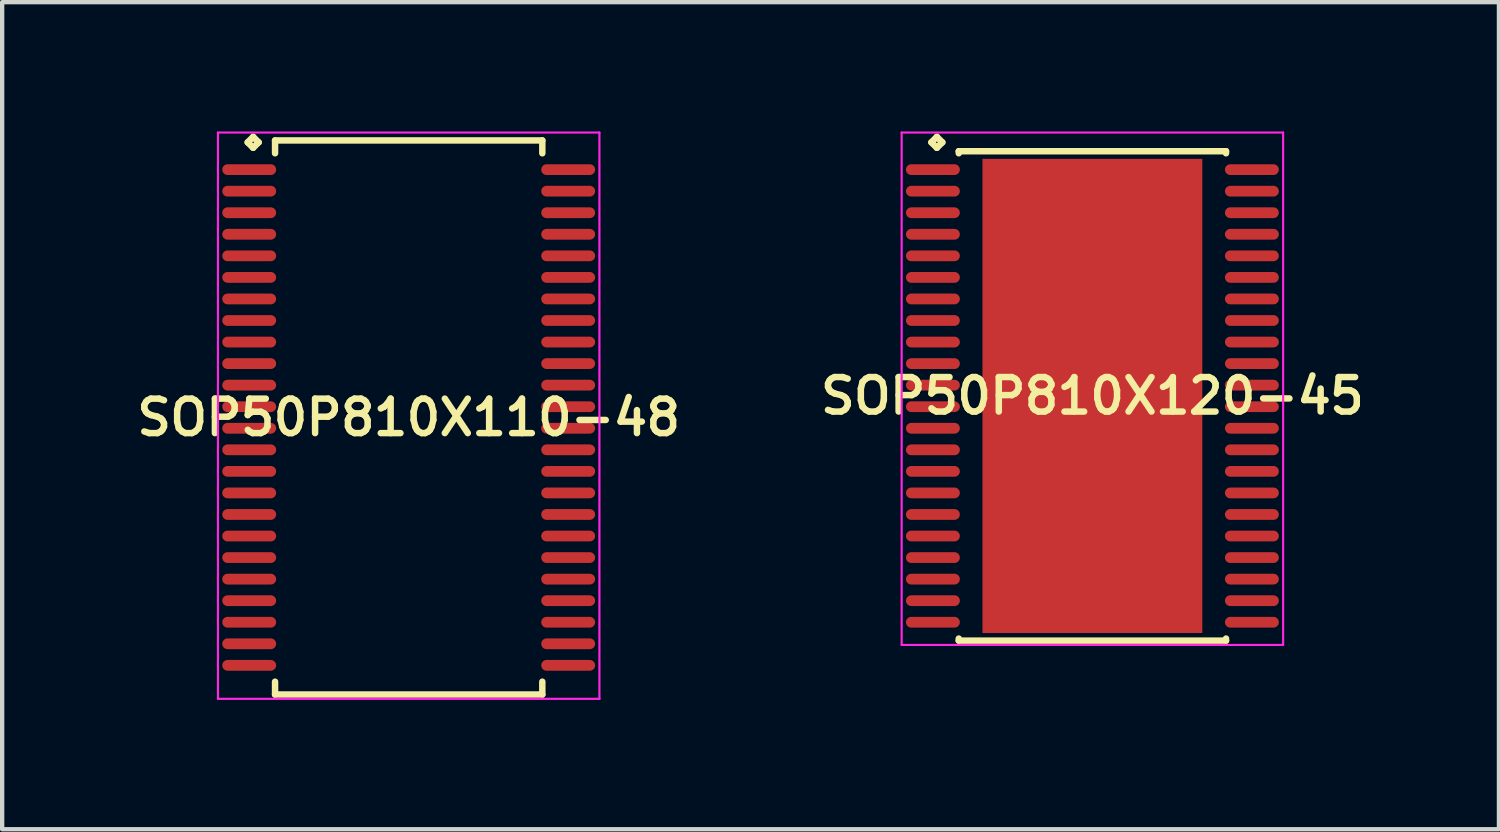
<source format=kicad_pcb>
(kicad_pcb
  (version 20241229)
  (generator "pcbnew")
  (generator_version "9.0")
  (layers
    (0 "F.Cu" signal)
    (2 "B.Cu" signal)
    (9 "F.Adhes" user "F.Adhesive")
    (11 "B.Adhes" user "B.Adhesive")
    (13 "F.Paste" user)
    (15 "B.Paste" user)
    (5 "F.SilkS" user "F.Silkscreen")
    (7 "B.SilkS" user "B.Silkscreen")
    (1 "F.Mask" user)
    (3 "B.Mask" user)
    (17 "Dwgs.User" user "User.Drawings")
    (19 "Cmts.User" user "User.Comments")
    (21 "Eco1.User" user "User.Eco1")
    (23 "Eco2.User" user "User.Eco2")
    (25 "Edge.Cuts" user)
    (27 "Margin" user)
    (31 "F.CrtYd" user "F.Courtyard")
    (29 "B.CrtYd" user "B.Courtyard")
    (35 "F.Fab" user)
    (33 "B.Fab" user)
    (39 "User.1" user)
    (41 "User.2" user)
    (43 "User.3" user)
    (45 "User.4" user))
  (footprint "SOP50P810X120-45"
    (layer "F.Cu")
    (at 22.292 6.135)
    (property "Reference" "SOP50P810X120-45" (at 0 0 0) (layer "F.SilkS") (effects (font (size 0.8 0.8) (thickness 0.15))))
    (attr smd)
    (fp_line (start -3.735 -5.883) (end -3.608 -6.01) (stroke (width 0.15) (type solid)) (layer "F.SilkS"))
    (fp_line (start -3.608 -6.01) (end -3.481 -5.883) (stroke (width 0.15) (type solid)) (layer "F.SilkS"))
    (fp_line (start -3.608 -5.756) (end -3.735 -5.883) (stroke (width 0.15) (type solid)) (layer "F.SilkS"))
    (fp_line (start -3.481 -5.883) (end -3.608 -5.756) (stroke (width 0.15) (type solid)) (layer "F.SilkS"))
    (fp_line (start -3.1 -5.677) (end 3.1 -5.677) (stroke (width 0.15) (type solid)) (layer "F.SilkS"))
    (fp_line (start -3.1 -5.629) (end -3.1 -5.677) (stroke (width 0.15) (type solid)) (layer "F.SilkS"))
    (fp_line (start -3.1 5.629) (end -3.1 5.677) (stroke (width 0.15) (type solid)) (layer "F.SilkS"))
    (fp_line (start -3.1 5.677) (end 3.1 5.677) (stroke (width 0.15) (type solid)) (layer "F.SilkS"))
    (fp_line (start 3.1 -5.677) (end 3.1 -5.629) (stroke (width 0.15) (type solid)) (layer "F.SilkS"))
    (fp_line (start 3.1 5.677) (end 3.1 5.629) (stroke (width 0.15) (type solid)) (layer "F.SilkS"))
    (fp_line (start -4.425 -6.11) (end 4.425 -6.11) (stroke (width 0.05) (type solid)) (layer "F.CrtYd"))
    (fp_line (start -4.425 5.777) (end -4.425 -6.11) (stroke (width 0.05) (type solid)) (layer "F.CrtYd"))
    (fp_line (start 4.425 -6.11) (end 4.425 5.777) (stroke (width 0.05) (type solid)) (layer "F.CrtYd"))
    (fp_line (start 4.425 5.777) (end -4.425 5.777) (stroke (width 0.05) (type solid)) (layer "F.CrtYd"))
    (pad "1" smd oval (at -3.7 -5.25) (size 1.25 0.25) (layers "F.Cu" "F.Mask" "F.Paste"))
    (pad "2" smd oval (at -3.7 -4.75) (size 1.25 0.25) (layers "F.Cu" "F.Mask" "F.Paste"))
    (pad "3" smd oval (at -3.7 -4.25) (size 1.25 0.25) (layers "F.Cu" "F.Mask" "F.Paste"))
    (pad "4" smd oval (at -3.7 -3.75) (size 1.25 0.25) (layers "F.Cu" "F.Mask" "F.Paste"))
    (pad "5" smd oval (at -3.7 -3.25) (size 1.25 0.25) (layers "F.Cu" "F.Mask" "F.Paste"))
    (pad "6" smd oval (at -3.7 -2.75) (size 1.25 0.25) (layers "F.Cu" "F.Mask" "F.Paste"))
    (pad "7" smd oval (at -3.7 -2.25) (size 1.25 0.25) (layers "F.Cu" "F.Mask" "F.Paste"))
    (pad "8" smd oval (at -3.7 -1.75) (size 1.25 0.25) (layers "F.Cu" "F.Mask" "F.Paste"))
    (pad "9" smd oval (at -3.7 -1.25) (size 1.25 0.25) (layers "F.Cu" "F.Mask" "F.Paste"))
    (pad "10" smd oval (at -3.7 -0.75) (size 1.25 0.25) (layers "F.Cu" "F.Mask" "F.Paste"))
    (pad "11" smd oval (at -3.7 -0.25) (size 1.25 0.25) (layers "F.Cu" "F.Mask" "F.Paste"))
    (pad "12" smd oval (at -3.7 0.25) (size 1.25 0.25) (layers "F.Cu" "F.Mask" "F.Paste"))
    (pad "13" smd oval (at -3.7 0.75) (size 1.25 0.25) (layers "F.Cu" "F.Mask" "F.Paste"))
    (pad "14" smd oval (at -3.7 1.25) (size 1.25 0.25) (layers "F.Cu" "F.Mask" "F.Paste"))
    (pad "15" smd oval (at -3.7 1.75) (size 1.25 0.25) (layers "F.Cu" "F.Mask" "F.Paste"))
    (pad "16" smd oval (at -3.7 2.25) (size 1.25 0.25) (layers "F.Cu" "F.Mask" "F.Paste"))
    (pad "17" smd oval (at -3.7 2.75) (size 1.25 0.25) (layers "F.Cu" "F.Mask" "F.Paste"))
    (pad "18" smd oval (at -3.7 3.25) (size 1.25 0.25) (layers "F.Cu" "F.Mask" "F.Paste"))
    (pad "19" smd oval (at -3.7 3.75) (size 1.25 0.25) (layers "F.Cu" "F.Mask" "F.Paste"))
    (pad "20" smd oval (at -3.7 4.25) (size 1.25 0.25) (layers "F.Cu" "F.Mask" "F.Paste"))
    (pad "21" smd oval (at -3.7 4.75) (size 1.25 0.25) (layers "F.Cu" "F.Mask" "F.Paste"))
    (pad "22" smd oval (at -3.7 5.25) (size 1.25 0.25) (layers "F.Cu" "F.Mask" "F.Paste"))
    (pad "23" smd oval (at 3.7 5.25) (size 1.25 0.25) (layers "F.Cu" "F.Mask" "F.Paste"))
    (pad "24" smd oval (at 3.7 4.75) (size 1.25 0.25) (layers "F.Cu" "F.Mask" "F.Paste"))
    (pad "25" smd oval (at 3.7 4.25) (size 1.25 0.25) (layers "F.Cu" "F.Mask" "F.Paste"))
    (pad "26" smd oval (at 3.7 3.75) (size 1.25 0.25) (layers "F.Cu" "F.Mask" "F.Paste"))
    (pad "27" smd oval (at 3.7 3.25) (size 1.25 0.25) (layers "F.Cu" "F.Mask" "F.Paste"))
    (pad "28" smd oval (at 3.7 2.75) (size 1.25 0.25) (layers "F.Cu" "F.Mask" "F.Paste"))
    (pad "29" smd oval (at 3.7 2.25) (size 1.25 0.25) (layers "F.Cu" "F.Mask" "F.Paste"))
    (pad "30" smd oval (at 3.7 1.75) (size 1.25 0.25) (layers "F.Cu" "F.Mask" "F.Paste"))
    (pad "31" smd oval (at 3.7 1.25) (size 1.25 0.25) (layers "F.Cu" "F.Mask" "F.Paste"))
    (pad "32" smd oval (at 3.7 0.75) (size 1.25 0.25) (layers "F.Cu" "F.Mask" "F.Paste"))
    (pad "33" smd oval (at 3.7 0.25) (size 1.25 0.25) (layers "F.Cu" "F.Mask" "F.Paste"))
    (pad "34" smd oval (at 3.7 -0.25) (size 1.25 0.25) (layers "F.Cu" "F.Mask" "F.Paste"))
    (pad "35" smd oval (at 3.7 -0.75) (size 1.25 0.25) (layers "F.Cu" "F.Mask" "F.Paste"))
    (pad "36" smd oval (at 3.7 -1.25) (size 1.25 0.25) (layers "F.Cu" "F.Mask" "F.Paste"))
    (pad "37" smd oval (at 3.7 -1.75) (size 1.25 0.25) (layers "F.Cu" "F.Mask" "F.Paste"))
    (pad "38" smd oval (at 3.7 -2.25) (size 1.25 0.25) (layers "F.Cu" "F.Mask" "F.Paste"))
    (pad "39" smd oval (at 3.7 -2.75) (size 1.25 0.25) (layers "F.Cu" "F.Mask" "F.Paste"))
    (pad "40" smd oval (at 3.7 -3.25) (size 1.25 0.25) (layers "F.Cu" "F.Mask" "F.Paste"))
    (pad "41" smd oval (at 3.7 -3.75) (size 1.25 0.25) (layers "F.Cu" "F.Mask" "F.Paste"))
    (pad "42" smd oval (at 3.7 -4.25) (size 1.25 0.25) (layers "F.Cu" "F.Mask" "F.Paste"))
    (pad "43" smd oval (at 3.7 -4.75) (size 1.25 0.25) (layers "F.Cu" "F.Mask" "F.Paste"))
    (pad "44" smd oval (at 3.7 -5.25) (size 1.25 0.25) (layers "F.Cu" "F.Mask" "F.Paste"))
    (pad "45" smd rect (at 0 0) (size 5.1 11) (layers "F.Cu" "F.Mask" "F.Paste")))
  (footprint "SOP50P810X110-48"
    (layer "F.Cu")
    (at 6.431 6.635)
    (property "Reference" "SOP50P810X110-48" (at 0 0 0) (layer "F.SilkS") (effects (font (size 0.8 0.8) (thickness 0.15))))
    (attr smd)
    (fp_line (start -3.735 -6.383) (end -3.608 -6.51) (stroke (width 0.15) (type solid)) (layer "F.SilkS"))
    (fp_line (start -3.608 -6.51) (end -3.481 -6.383) (stroke (width 0.15) (type solid)) (layer "F.SilkS"))
    (fp_line (start -3.608 -6.256) (end -3.735 -6.383) (stroke (width 0.15) (type solid)) (layer "F.SilkS"))
    (fp_line (start -3.481 -6.383) (end -3.608 -6.256) (stroke (width 0.15) (type solid)) (layer "F.SilkS"))
    (fp_line (start -3.1 -6.427) (end 3.1 -6.427) (stroke (width 0.15) (type solid)) (layer "F.SilkS"))
    (fp_line (start -3.1 -6.129) (end -3.1 -6.427) (stroke (width 0.15) (type solid)) (layer "F.SilkS"))
    (fp_line (start -3.1 6.129) (end -3.1 6.427) (stroke (width 0.15) (type solid)) (layer "F.SilkS"))
    (fp_line (start -3.1 6.427) (end 3.1 6.427) (stroke (width 0.15) (type solid)) (layer "F.SilkS"))
    (fp_line (start 3.1 -6.427) (end 3.1 -6.129) (stroke (width 0.15) (type solid)) (layer "F.SilkS"))
    (fp_line (start 3.1 6.427) (end 3.1 6.129) (stroke (width 0.15) (type solid)) (layer "F.SilkS"))
    (fp_line (start -4.425 -6.61) (end 4.425 -6.61) (stroke (width 0.05) (type solid)) (layer "F.CrtYd"))
    (fp_line (start -4.425 6.527) (end -4.425 -6.61) (stroke (width 0.05) (type solid)) (layer "F.CrtYd"))
    (fp_line (start 4.425 -6.61) (end 4.425 6.527) (stroke (width 0.05) (type solid)) (layer "F.CrtYd"))
    (fp_line (start 4.425 6.527) (end -4.425 6.527) (stroke (width 0.05) (type solid)) (layer "F.CrtYd"))
    (pad "1" smd oval (at -3.7 -5.75) (size 1.25 0.25) (layers "F.Cu" "F.Mask" "F.Paste"))
    (pad "2" smd oval (at -3.7 -5.25) (size 1.25 0.25) (layers "F.Cu" "F.Mask" "F.Paste"))
    (pad "3" smd oval (at -3.7 -4.75) (size 1.25 0.25) (layers "F.Cu" "F.Mask" "F.Paste"))
    (pad "4" smd oval (at -3.7 -4.25) (size 1.25 0.25) (layers "F.Cu" "F.Mask" "F.Paste"))
    (pad "5" smd oval (at -3.7 -3.75) (size 1.25 0.25) (layers "F.Cu" "F.Mask" "F.Paste"))
    (pad "6" smd oval (at -3.7 -3.25) (size 1.25 0.25) (layers "F.Cu" "F.Mask" "F.Paste"))
    (pad "7" smd oval (at -3.7 -2.75) (size 1.25 0.25) (layers "F.Cu" "F.Mask" "F.Paste"))
    (pad "8" smd oval (at -3.7 -2.25) (size 1.25 0.25) (layers "F.Cu" "F.Mask" "F.Paste"))
    (pad "9" smd oval (at -3.7 -1.75) (size 1.25 0.25) (layers "F.Cu" "F.Mask" "F.Paste"))
    (pad "10" smd oval (at -3.7 -1.25) (size 1.25 0.25) (layers "F.Cu" "F.Mask" "F.Paste"))
    (pad "11" smd oval (at -3.7 -0.75) (size 1.25 0.25) (layers "F.Cu" "F.Mask" "F.Paste"))
    (pad "12" smd oval (at -3.7 -0.25) (size 1.25 0.25) (layers "F.Cu" "F.Mask" "F.Paste"))
    (pad "13" smd oval (at -3.7 0.25) (size 1.25 0.25) (layers "F.Cu" "F.Mask" "F.Paste"))
    (pad "14" smd oval (at -3.7 0.75) (size 1.25 0.25) (layers "F.Cu" "F.Mask" "F.Paste"))
    (pad "15" smd oval (at -3.7 1.25) (size 1.25 0.25) (layers "F.Cu" "F.Mask" "F.Paste"))
    (pad "16" smd oval (at -3.7 1.75) (size 1.25 0.25) (layers "F.Cu" "F.Mask" "F.Paste"))
    (pad "17" smd oval (at -3.7 2.25) (size 1.25 0.25) (layers "F.Cu" "F.Mask" "F.Paste"))
    (pad "18" smd oval (at -3.7 2.75) (size 1.25 0.25) (layers "F.Cu" "F.Mask" "F.Paste"))
    (pad "19" smd oval (at -3.7 3.25) (size 1.25 0.25) (layers "F.Cu" "F.Mask" "F.Paste"))
    (pad "20" smd oval (at -3.7 3.75) (size 1.25 0.25) (layers "F.Cu" "F.Mask" "F.Paste"))
    (pad "21" smd oval (at -3.7 4.25) (size 1.25 0.25) (layers "F.Cu" "F.Mask" "F.Paste"))
    (pad "22" smd oval (at -3.7 4.75) (size 1.25 0.25) (layers "F.Cu" "F.Mask" "F.Paste"))
    (pad "23" smd oval (at -3.7 5.25) (size 1.25 0.25) (layers "F.Cu" "F.Mask" "F.Paste"))
    (pad "24" smd oval (at -3.7 5.75) (size 1.25 0.25) (layers "F.Cu" "F.Mask" "F.Paste"))
    (pad "25" smd oval (at 3.7 5.75) (size 1.25 0.25) (layers "F.Cu" "F.Mask" "F.Paste"))
    (pad "26" smd oval (at 3.7 5.25) (size 1.25 0.25) (layers "F.Cu" "F.Mask" "F.Paste"))
    (pad "27" smd oval (at 3.7 4.75) (size 1.25 0.25) (layers "F.Cu" "F.Mask" "F.Paste"))
    (pad "28" smd oval (at 3.7 4.25) (size 1.25 0.25) (layers "F.Cu" "F.Mask" "F.Paste"))
    (pad "29" smd oval (at 3.7 3.75) (size 1.25 0.25) (layers "F.Cu" "F.Mask" "F.Paste"))
    (pad "30" smd oval (at 3.7 3.25) (size 1.25 0.25) (layers "F.Cu" "F.Mask" "F.Paste"))
    (pad "31" smd oval (at 3.7 2.75) (size 1.25 0.25) (layers "F.Cu" "F.Mask" "F.Paste"))
    (pad "32" smd oval (at 3.7 2.25) (size 1.25 0.25) (layers "F.Cu" "F.Mask" "F.Paste"))
    (pad "33" smd oval (at 3.7 1.75) (size 1.25 0.25) (layers "F.Cu" "F.Mask" "F.Paste"))
    (pad "34" smd oval (at 3.7 1.25) (size 1.25 0.25) (layers "F.Cu" "F.Mask" "F.Paste"))
    (pad "35" smd oval (at 3.7 0.75) (size 1.25 0.25) (layers "F.Cu" "F.Mask" "F.Paste"))
    (pad "36" smd oval (at 3.7 0.25) (size 1.25 0.25) (layers "F.Cu" "F.Mask" "F.Paste"))
    (pad "37" smd oval (at 3.7 -0.25) (size 1.25 0.25) (layers "F.Cu" "F.Mask" "F.Paste"))
    (pad "38" smd oval (at 3.7 -0.75) (size 1.25 0.25) (layers "F.Cu" "F.Mask" "F.Paste"))
    (pad "39" smd oval (at 3.7 -1.25) (size 1.25 0.25) (layers "F.Cu" "F.Mask" "F.Paste"))
    (pad "40" smd oval (at 3.7 -1.75) (size 1.25 0.25) (layers "F.Cu" "F.Mask" "F.Paste"))
    (pad "41" smd oval (at 3.7 -2.25) (size 1.25 0.25) (layers "F.Cu" "F.Mask" "F.Paste"))
    (pad "42" smd oval (at 3.7 -2.75) (size 1.25 0.25) (layers "F.Cu" "F.Mask" "F.Paste"))
    (pad "43" smd oval (at 3.7 -3.25) (size 1.25 0.25) (layers "F.Cu" "F.Mask" "F.Paste"))
    (pad "44" smd oval (at 3.7 -3.75) (size 1.25 0.25) (layers "F.Cu" "F.Mask" "F.Paste"))
    (pad "45" smd oval (at 3.7 -4.25) (size 1.25 0.25) (layers "F.Cu" "F.Mask" "F.Paste"))
    (pad "46" smd oval (at 3.7 -4.75) (size 1.25 0.25) (layers "F.Cu" "F.Mask" "F.Paste"))
    (pad "47" smd oval (at 3.7 -5.25) (size 1.25 0.25) (layers "F.Cu" "F.Mask" "F.Paste"))
    (pad "48" smd oval (at 3.7 -5.75) (size 1.25 0.25) (layers "F.Cu" "F.Mask" "F.Paste")))
  (gr_rect
    (start -3 -3)
    (end 31.723 16.187)
    (stroke (width 0.1) (type default))
    (fill no)
    (layer "Edge.Cuts")))
</source>
